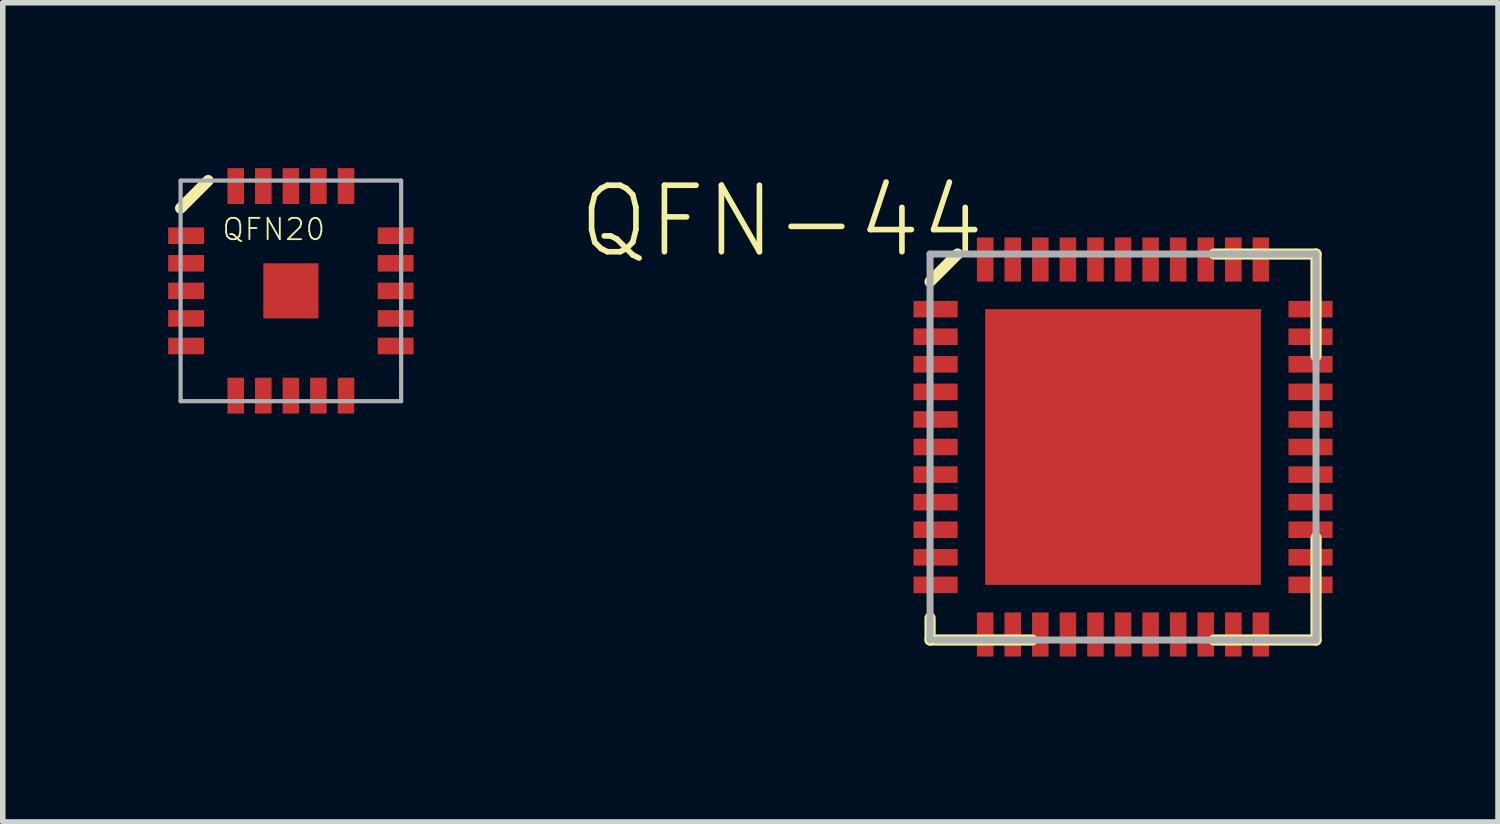
<source format=kicad_pcb>
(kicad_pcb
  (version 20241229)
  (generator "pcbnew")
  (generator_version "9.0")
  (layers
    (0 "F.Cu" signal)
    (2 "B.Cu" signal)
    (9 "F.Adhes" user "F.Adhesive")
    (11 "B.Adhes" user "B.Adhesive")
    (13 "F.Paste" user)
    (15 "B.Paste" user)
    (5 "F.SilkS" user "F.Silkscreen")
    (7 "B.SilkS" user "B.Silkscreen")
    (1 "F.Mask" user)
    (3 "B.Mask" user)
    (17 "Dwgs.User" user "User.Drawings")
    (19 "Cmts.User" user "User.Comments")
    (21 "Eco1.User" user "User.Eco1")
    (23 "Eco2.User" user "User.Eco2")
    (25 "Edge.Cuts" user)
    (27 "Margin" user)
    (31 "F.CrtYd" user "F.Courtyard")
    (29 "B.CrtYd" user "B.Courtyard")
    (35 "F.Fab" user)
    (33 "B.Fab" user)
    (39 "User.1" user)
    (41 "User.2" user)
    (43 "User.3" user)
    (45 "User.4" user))
  (footprint "QFN20"
    (layer "F.Cu")
    (at 2.225 2.225)
    (property "Reference" "QFN20" (at -1.27 -0.889 0) (layer "F.SilkS") (effects (font (size 0.386 0.386) (thickness 0.033)) (justify left bottom)))
    (attr through_hole)
    (fp_line (start -1.5 -2) (end -2 -1.5) (stroke (width 0.203) (type solid)) (layer "F.SilkS"))
    (fp_poly (pts (xy -2.095 -0.902) (xy -1.613 -0.902) (xy -1.613 -1.105) (xy -2.095 -1.105)) (stroke (width 0) (type solid)) (fill yes) (layer "F.Paste"))
    (fp_poly (pts (xy -2.095 -0.394) (xy -1.613 -0.394) (xy -1.613 -0.597) (xy -2.095 -0.597)) (stroke (width 0) (type solid)) (fill yes) (layer "F.Paste"))
    (fp_poly (pts (xy -2.095 0.102) (xy -1.613 0.102) (xy -1.613 -0.102) (xy -2.095 -0.102)) (stroke (width 0) (type solid)) (fill yes) (layer "F.Paste"))
    (fp_poly (pts (xy -2.095 0.597) (xy -1.613 0.597) (xy -1.613 0.394) (xy -2.095 0.394)) (stroke (width 0) (type solid)) (fill yes) (layer "F.Paste"))
    (fp_poly (pts (xy -2.095 1.105) (xy -1.613 1.105) (xy -1.613 0.902) (xy -2.095 0.902)) (stroke (width 0) (type solid)) (fill yes) (layer "F.Paste"))
    (fp_poly (pts (xy -0.902 -1.613) (xy -0.902 -2.095) (xy -1.105 -2.095) (xy -1.105 -1.613)) (stroke (width 0) (type solid)) (fill yes) (layer "F.Paste"))
    (fp_poly (pts (xy -0.902 2.095) (xy -0.902 1.613) (xy -1.105 1.613) (xy -1.105 2.095)) (stroke (width 0) (type solid)) (fill yes) (layer "F.Paste"))
    (fp_poly (pts (xy -0.394 -1.613) (xy -0.394 -2.095) (xy -0.597 -2.095) (xy -0.597 -1.613)) (stroke (width 0) (type solid)) (fill yes) (layer "F.Paste"))
    (fp_poly (pts (xy -0.394 2.095) (xy -0.394 1.613) (xy -0.597 1.613) (xy -0.597 2.095)) (stroke (width 0) (type solid)) (fill yes) (layer "F.Paste"))
    (fp_poly (pts (xy -0.25 0.25) (xy 0.25 0.25) (xy 0.25 -0.25) (xy -0.25 -0.25)) (stroke (width 0) (type solid)) (fill yes) (layer "F.Paste"))
    (fp_poly (pts (xy 0.102 -1.613) (xy 0.102 -2.095) (xy -0.102 -2.095) (xy -0.102 -1.613)) (stroke (width 0) (type solid)) (fill yes) (layer "F.Paste"))
    (fp_poly (pts (xy 0.102 2.095) (xy 0.102 1.613) (xy -0.102 1.613) (xy -0.102 2.095)) (stroke (width 0) (type solid)) (fill yes) (layer "F.Paste"))
    (fp_poly (pts (xy 0.597 -1.613) (xy 0.597 -2.095) (xy 0.394 -2.095) (xy 0.394 -1.613)) (stroke (width 0) (type solid)) (fill yes) (layer "F.Paste"))
    (fp_poly (pts (xy 0.597 2.095) (xy 0.597 1.613) (xy 0.394 1.613) (xy 0.394 2.095)) (stroke (width 0) (type solid)) (fill yes) (layer "F.Paste"))
    (fp_poly (pts (xy 1.105 -1.613) (xy 1.105 -2.095) (xy 0.902 -2.095) (xy 0.902 -1.613)) (stroke (width 0) (type solid)) (fill yes) (layer "F.Paste"))
    (fp_poly (pts (xy 1.105 2.095) (xy 1.105 1.613) (xy 0.902 1.613) (xy 0.902 2.095)) (stroke (width 0) (type solid)) (fill yes) (layer "F.Paste"))
    (fp_poly (pts (xy 1.613 -0.902) (xy 2.095 -0.902) (xy 2.095 -1.105) (xy 1.613 -1.105)) (stroke (width 0) (type solid)) (fill yes) (layer "F.Paste"))
    (fp_poly (pts (xy 1.613 -0.394) (xy 2.095 -0.394) (xy 2.095 -0.597) (xy 1.613 -0.597)) (stroke (width 0) (type solid)) (fill yes) (layer "F.Paste"))
    (fp_poly (pts (xy 1.613 0.102) (xy 2.095 0.102) (xy 2.095 -0.102) (xy 1.613 -0.102)) (stroke (width 0) (type solid)) (fill yes) (layer "F.Paste"))
    (fp_poly (pts (xy 1.613 0.597) (xy 2.095 0.597) (xy 2.095 0.394) (xy 1.613 0.394)) (stroke (width 0) (type solid)) (fill yes) (layer "F.Paste"))
    (fp_poly (pts (xy 1.613 1.105) (xy 2.095 1.105) (xy 2.095 0.902) (xy 1.613 0.902)) (stroke (width 0) (type solid)) (fill yes) (layer "F.Paste"))
    (fp_line (start -2 -2) (end 2 -2) (stroke (width 0.076) (type solid)) (layer "F.Fab"))
    (fp_line (start -2 2) (end -2 -2) (stroke (width 0.076) (type solid)) (layer "F.Fab"))
    (fp_line (start 2 -2) (end 2 2) (stroke (width 0.076) (type solid)) (layer "F.Fab"))
    (fp_line (start 2 2) (end -2 2) (stroke (width 0.076) (type solid)) (layer "F.Fab"))
    (pad "0" smd rect (at 0 0 180) (size 1 1) (layers "F.Cu" "F.Mask"))
    (pad "1" smd rect (at -1.9 -1) (size 0.65 0.3) (layers "F.Cu" "F.Mask"))
    (pad "2" smd rect (at -1.9 -0.5) (size 0.65 0.3) (layers "F.Cu" "F.Mask"))
    (pad "3" smd rect (at -1.9 0) (size 0.65 0.3) (layers "F.Cu" "F.Mask"))
    (pad "4" smd rect (at -1.9 0.5) (size 0.65 0.3) (layers "F.Cu" "F.Mask"))
    (pad "5" smd rect (at -1.9 1 180) (size 0.65 0.3) (layers "F.Cu" "F.Mask"))
    (pad "6" smd rect (at -1 1.9 270) (size 0.65 0.3) (layers "F.Cu" "F.Mask"))
    (pad "7" smd rect (at -0.5 1.9 270) (size 0.65 0.3) (layers "F.Cu" "F.Mask"))
    (pad "8" smd rect (at 0 1.9 270) (size 0.65 0.3) (layers "F.Cu" "F.Mask"))
    (pad "9" smd rect (at 0.5 1.9 90) (size 0.65 0.3) (layers "F.Cu" "F.Mask"))
    (pad "10" smd rect (at 1 1.9 90) (size 0.65 0.3) (layers "F.Cu" "F.Mask"))
    (pad "11" smd rect (at 1.9 1 180) (size 0.65 0.3) (layers "F.Cu" "F.Mask"))
    (pad "12" smd rect (at 1.9 0.5 180) (size 0.65 0.3) (layers "F.Cu" "F.Mask"))
    (pad "13" smd rect (at 1.9 0) (size 0.65 0.3) (layers "F.Cu" "F.Mask"))
    (pad "14" smd rect (at 1.9 -0.5) (size 0.65 0.3) (layers "F.Cu" "F.Mask"))
    (pad "15" smd rect (at 1.9 -1) (size 0.65 0.3) (layers "F.Cu" "F.Mask"))
    (pad "16" smd rect (at 1 -1.9 90) (size 0.65 0.3) (layers "F.Cu" "F.Mask"))
    (pad "17" smd rect (at 0.5 -1.9 270) (size 0.65 0.3) (layers "F.Cu" "F.Mask"))
    (pad "18" smd rect (at 0 -1.9 90) (size 0.65 0.3) (layers "F.Cu" "F.Mask"))
    (pad "19" smd rect (at -0.5 -1.9 90) (size 0.65 0.3) (layers "F.Cu" "F.Mask"))
    (pad "20" smd rect (at -1 -1.9 90) (size 0.65 0.3) (layers "F.Cu" "F.Mask")))
  (footprint "QFN-44"
    (layer "F.Cu")
    (at 17.317 5.057)
    (property "Reference" "QFN-44" (at -2.45 -4.8 0) (layer "F.SilkS") (effects (font (size 1.206 1.206) (thickness 0.102)) (justify right top)))
    (attr through_hole)
    (fp_poly (pts (xy -2.5 2.5) (xy 2.5 2.5) (xy 2.5 -2.5) (xy -2.5 -2.5)) (stroke (width 0) (type solid)) (fill yes) (layer "F.Cu"))
    (fp_poly (pts (xy -0.5 0.5) (xy 0.5 0.5) (xy 0.5 -0.5) (xy -0.5 -0.5)) (stroke (width 0) (type solid)) (fill yes) (layer "F.Mask"))
    (fp_line (start -3.5 3.5) (end -3.5 3.1) (stroke (width 0.203) (type solid)) (layer "F.SilkS"))
    (fp_line (start -3 -3.5) (end -3.5 -3) (stroke (width 0.203) (type solid)) (layer "F.SilkS"))
    (fp_line (start -1.65 3.5) (end -3.5 3.5) (stroke (width 0.203) (type solid)) (layer "F.SilkS"))
    (fp_line (start 1.65 3.5) (end 3.5 3.5) (stroke (width 0.203) (type solid)) (layer "F.SilkS"))
    (fp_line (start 3.5 -3.5) (end 1.65 -3.5) (stroke (width 0.203) (type solid)) (layer "F.SilkS"))
    (fp_line (start 3.5 -1.65) (end 3.5 -3.5) (stroke (width 0.203) (type solid)) (layer "F.SilkS"))
    (fp_line (start 3.5 1.65) (end 3.5 3.5) (stroke (width 0.203) (type solid)) (layer "F.SilkS"))
    (fp_line (start -3.5 -3.5) (end -3.5 3.5) (stroke (width 0.127) (type solid)) (layer "F.Fab"))
    (fp_line (start -3.4 3.5) (end 3.5 3.5) (stroke (width 0.127) (type solid)) (layer "F.Fab"))
    (fp_line (start 3.5 -3.5) (end -3.5 -3.5) (stroke (width 0.127) (type solid)) (layer "F.Fab"))
    (fp_line (start 3.5 3.5) (end 3.5 -3.5) (stroke (width 0.127) (type solid)) (layer "F.Fab"))
    (pad "1" smd rect (at -3.4 -2.5 180) (size 0.8 0.3) (layers "F.Cu" "F.Mask" "F.Paste"))
    (pad "2" smd rect (at -3.4 -2 180) (size 0.8 0.3) (layers "F.Cu" "F.Mask" "F.Paste"))
    (pad "3" smd rect (at -3.4 -1.5 180) (size 0.8 0.3) (layers "F.Cu" "F.Mask" "F.Paste"))
    (pad "4" smd rect (at -3.4 -1 180) (size 0.8 0.3) (layers "F.Cu" "F.Mask" "F.Paste"))
    (pad "5" smd rect (at -3.4 -0.5 180) (size 0.8 0.3) (layers "F.Cu" "F.Mask" "F.Paste"))
    (pad "6" smd rect (at -3.4 0 180) (size 0.8 0.3) (layers "F.Cu" "F.Mask" "F.Paste"))
    (pad "7" smd rect (at -3.4 0.5) (size 0.8 0.3) (layers "F.Cu" "F.Mask" "F.Paste"))
    (pad "8" smd rect (at -3.4 1) (size 0.8 0.3) (layers "F.Cu" "F.Mask" "F.Paste"))
    (pad "9" smd rect (at -3.4 1.5) (size 0.8 0.3) (layers "F.Cu" "F.Mask" "F.Paste"))
    (pad "10" smd rect (at -3.4 2) (size 0.8 0.3) (layers "F.Cu" "F.Mask" "F.Paste"))
    (pad "11" smd rect (at -3.4 2.5) (size 0.8 0.3) (layers "F.Cu" "F.Mask" "F.Paste"))
    (pad "12" smd rect (at -2.5 3.4 270) (size 0.8 0.3) (layers "F.Cu" "F.Mask" "F.Paste"))
    (pad "13" smd rect (at -2 3.4 270) (size 0.8 0.3) (layers "F.Cu" "F.Mask" "F.Paste"))
    (pad "14" smd rect (at -1.5 3.4 270) (size 0.8 0.3) (layers "F.Cu" "F.Mask" "F.Paste"))
    (pad "15" smd rect (at -1 3.4 270) (size 0.8 0.3) (layers "F.Cu" "F.Mask" "F.Paste"))
    (pad "16" smd rect (at -0.5 3.4 270) (size 0.8 0.3) (layers "F.Cu" "F.Mask" "F.Paste"))
    (pad "17" smd rect (at 0 3.4 270) (size 0.8 0.3) (layers "F.Cu" "F.Mask" "F.Paste"))
    (pad "18" smd rect (at 0.5 3.4 90) (size 0.8 0.3) (layers "F.Cu" "F.Mask" "F.Paste"))
    (pad "19" smd rect (at 1 3.4 90) (size 0.8 0.3) (layers "F.Cu" "F.Mask" "F.Paste"))
    (pad "20" smd rect (at 1.5 3.4 90) (size 0.8 0.3) (layers "F.Cu" "F.Mask" "F.Paste"))
    (pad "21" smd rect (at 2 3.4 90) (size 0.8 0.3) (layers "F.Cu" "F.Mask" "F.Paste"))
    (pad "22" smd rect (at 2.5 3.4 90) (size 0.8 0.3) (layers "F.Cu" "F.Mask" "F.Paste"))
    (pad "23" smd rect (at 3.4 2.5) (size 0.8 0.3) (layers "F.Cu" "F.Mask" "F.Paste"))
    (pad "24" smd rect (at 3.4 2) (size 0.8 0.3) (layers "F.Cu" "F.Mask" "F.Paste"))
    (pad "25" smd rect (at 3.4 1.5) (size 0.8 0.3) (layers "F.Cu" "F.Mask" "F.Paste"))
    (pad "26" smd rect (at 3.4 1) (size 0.8 0.3) (layers "F.Cu" "F.Mask" "F.Paste"))
    (pad "27" smd rect (at 3.4 0.5) (size 0.8 0.3) (layers "F.Cu" "F.Mask" "F.Paste"))
    (pad "28" smd rect (at 3.4 0) (size 0.8 0.3) (layers "F.Cu" "F.Mask" "F.Paste"))
    (pad "29" smd rect (at 3.4 -0.5 180) (size 0.8 0.3) (layers "F.Cu" "F.Mask" "F.Paste"))
    (pad "30" smd rect (at 3.4 -1 180) (size 0.8 0.3) (layers "F.Cu" "F.Mask" "F.Paste"))
    (pad "31" smd rect (at 3.4 -1.5 180) (size 0.8 0.3) (layers "F.Cu" "F.Mask" "F.Paste"))
    (pad "32" smd rect (at 3.4 -2 180) (size 0.8 0.3) (layers "F.Cu" "F.Mask" "F.Paste"))
    (pad "33" smd rect (at 3.4 -2.5 180) (size 0.8 0.3) (layers "F.Cu" "F.Mask" "F.Paste"))
    (pad "34" smd rect (at 2.5 -3.4 90) (size 0.8 0.3) (layers "F.Cu" "F.Mask" "F.Paste"))
    (pad "35" smd rect (at 2 -3.4 90) (size 0.8 0.3) (layers "F.Cu" "F.Mask" "F.Paste"))
    (pad "36" smd rect (at 1.5 -3.4 90) (size 0.8 0.3) (layers "F.Cu" "F.Mask" "F.Paste"))
    (pad "37" smd rect (at 1 -3.4 90) (size 0.8 0.3) (layers "F.Cu" "F.Mask" "F.Paste"))
    (pad "38" smd rect (at 0.5 -3.4 90) (size 0.8 0.3) (layers "F.Cu" "F.Mask" "F.Paste"))
    (pad "39" smd rect (at 0 -3.4 90) (size 0.8 0.3) (layers "F.Cu" "F.Mask" "F.Paste"))
    (pad "40" smd rect (at -0.5 -3.4 270) (size 0.8 0.3) (layers "F.Cu" "F.Mask" "F.Paste"))
    (pad "41" smd rect (at -1 -3.4 270) (size 0.8 0.3) (layers "F.Cu" "F.Mask" "F.Paste"))
    (pad "42" smd rect (at -1.5 -3.4 270) (size 0.8 0.3) (layers "F.Cu" "F.Mask" "F.Paste"))
    (pad "43" smd rect (at -2 -3.4 270) (size 0.8 0.3) (layers "F.Cu" "F.Mask" "F.Paste"))
    (pad "44" smd rect (at -2.5 -3.4 270) (size 0.8 0.3) (layers "F.Cu" "F.Mask" "F.Paste")))
  (gr_rect
    (start -3 -3)
    (end 24.117 11.857)
    (stroke (width 0.1) (type default))
    (fill no)
    (layer "Edge.Cuts")))
</source>
